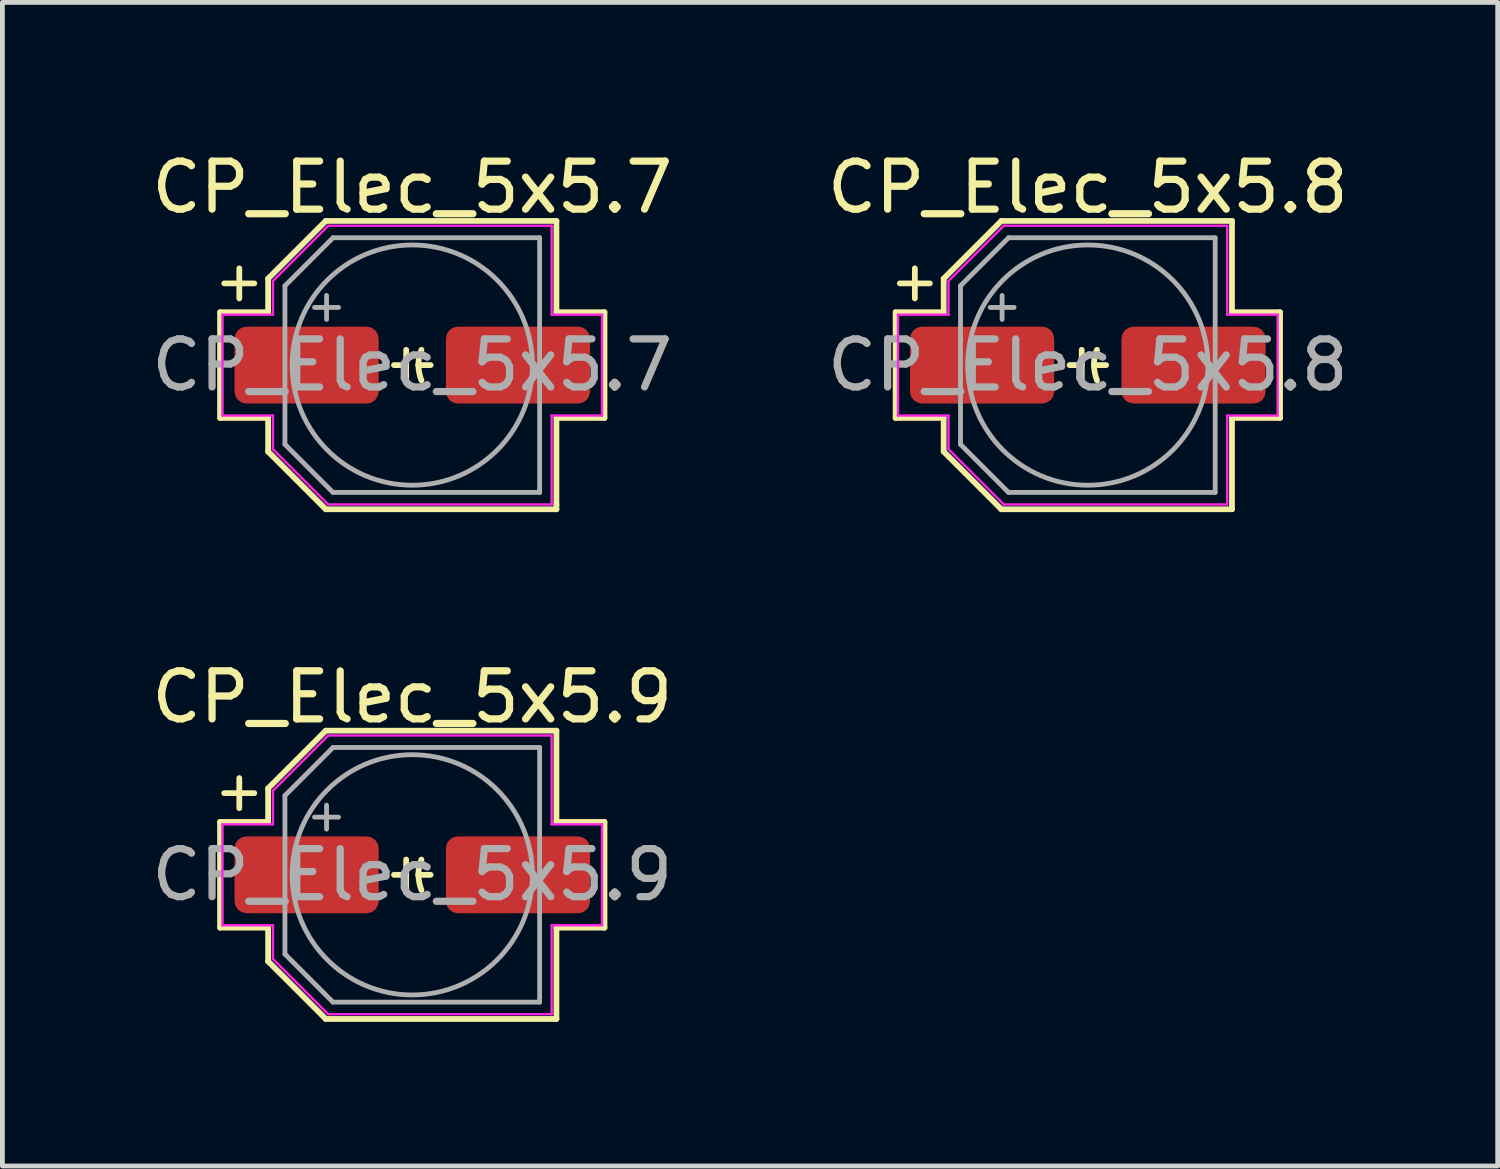
<source format=kicad_pcb>
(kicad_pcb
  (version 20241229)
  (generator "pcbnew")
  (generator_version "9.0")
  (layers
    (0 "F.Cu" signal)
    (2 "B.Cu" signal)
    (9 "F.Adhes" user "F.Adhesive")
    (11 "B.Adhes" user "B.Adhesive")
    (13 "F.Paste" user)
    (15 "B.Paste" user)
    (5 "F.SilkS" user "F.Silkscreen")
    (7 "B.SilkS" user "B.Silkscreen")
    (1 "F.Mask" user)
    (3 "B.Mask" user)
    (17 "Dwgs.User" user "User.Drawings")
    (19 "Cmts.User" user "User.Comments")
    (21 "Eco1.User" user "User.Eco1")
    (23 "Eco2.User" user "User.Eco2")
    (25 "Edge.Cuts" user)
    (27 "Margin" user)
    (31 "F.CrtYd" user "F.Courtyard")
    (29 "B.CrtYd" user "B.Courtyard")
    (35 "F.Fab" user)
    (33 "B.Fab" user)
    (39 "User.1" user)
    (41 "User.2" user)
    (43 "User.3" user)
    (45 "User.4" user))
  (footprint "CP_Elec_5x5.7"
    (layer "F.Cu")
    (at 5.53 4.548)
    (property "Reference" "CP_Elec_5x5.7" (at 0 -3.7 0) (layer "F.SilkS") (effects (font (size 1 1) (thickness 0.15))))
    (attr smd)
    (fp_line (start -4 -1.1) (end -3 -1.1) (stroke (width 0.12) (type solid)) (layer "F.SilkS"))
    (fp_line (start -4 1.1) (end -4 -1.1) (stroke (width 0.12) (type solid)) (layer "F.SilkS"))
    (fp_line (start -3.913 -1.7) (end -3.288 -1.7) (stroke (width 0.12) (type solid)) (layer "F.SilkS"))
    (fp_line (start -3.6 -2.013) (end -3.6 -1.387) (stroke (width 0.12) (type solid)) (layer "F.SilkS"))
    (fp_line (start -3 -1.8) (end -1.8 -3) (stroke (width 0.12) (type solid)) (layer "F.SilkS"))
    (fp_line (start -3 -1.1) (end -3 -1.8) (stroke (width 0.12) (type solid)) (layer "F.SilkS"))
    (fp_line (start -3 1.1) (end -4 1.1) (stroke (width 0.12) (type solid)) (layer "F.SilkS"))
    (fp_line (start -3 1.8) (end -3 1.1) (stroke (width 0.12) (type solid)) (layer "F.SilkS"))
    (fp_line (start -1.8 -3) (end 3 -3) (stroke (width 0.12) (type solid)) (layer "F.SilkS"))
    (fp_line (start -1.8 3) (end -3 1.8) (stroke (width 0.12) (type solid)) (layer "F.SilkS"))
    (fp_line (start -0.381 0) (end -0.127 0) (stroke (width 0.12) (type solid)) (layer "F.SilkS"))
    (fp_line (start -0.127 -0.318) (end -0.127 0.318) (stroke (width 0.12) (type solid)) (layer "F.SilkS"))
    (fp_line (start 0.381 0) (end 0.127 0) (stroke (width 0.12) (type solid)) (layer "F.SilkS"))
    (fp_line (start 3 -3) (end 3 -1.1) (stroke (width 0.12) (type solid)) (layer "F.SilkS"))
    (fp_line (start 3 -1.1) (end 4 -1.1) (stroke (width 0.12) (type solid)) (layer "F.SilkS"))
    (fp_line (start 3 1.1) (end 3 2.9) (stroke (width 0.12) (type solid)) (layer "F.SilkS"))
    (fp_line (start 3 2.9) (end 3 3) (stroke (width 0.12) (type solid)) (layer "F.SilkS"))
    (fp_line (start 3 3) (end -1.8 3) (stroke (width 0.12) (type solid)) (layer "F.SilkS"))
    (fp_line (start 4 -1.1) (end 4 1.1) (stroke (width 0.12) (type solid)) (layer "F.SilkS"))
    (fp_line (start 4 1.1) (end 3 1.1) (stroke (width 0.12) (type solid)) (layer "F.SilkS"))
    (fp_arc (start 0.127 0) (mid 0.143031 -0.161894) (end 0.1905 -0.3175) (stroke (width 0.12) (type solid)) (layer "F.SilkS"))
    (fp_arc (start 0.1905 0.3175) (mid 0.145241 0.161452) (end 0.127 0) (stroke (width 0.12) (type solid)) (layer "F.SilkS"))
    (fp_line (start -3.95 -1.05) (end -3.95 1.05) (stroke (width 0.05) (type solid)) (layer "F.CrtYd"))
    (fp_line (start -3.95 1.05) (end -2.9 1.05) (stroke (width 0.05) (type solid)) (layer "F.CrtYd"))
    (fp_line (start -2.9 -1.75) (end -2.9 -1.05) (stroke (width 0.05) (type solid)) (layer "F.CrtYd"))
    (fp_line (start -2.9 -1.75) (end -1.75 -2.9) (stroke (width 0.05) (type solid)) (layer "F.CrtYd"))
    (fp_line (start -2.9 -1.05) (end -3.95 -1.05) (stroke (width 0.05) (type solid)) (layer "F.CrtYd"))
    (fp_line (start -2.9 1.05) (end -2.9 1.75) (stroke (width 0.05) (type solid)) (layer "F.CrtYd"))
    (fp_line (start -2.9 1.75) (end -1.75 2.9) (stroke (width 0.05) (type solid)) (layer "F.CrtYd"))
    (fp_line (start -1.75 -2.9) (end 2.9 -2.9) (stroke (width 0.05) (type solid)) (layer "F.CrtYd"))
    (fp_line (start -1.75 2.9) (end 2.9 2.9) (stroke (width 0.05) (type solid)) (layer "F.CrtYd"))
    (fp_line (start 2.9 -2.9) (end 2.9 -1.05) (stroke (width 0.05) (type solid)) (layer "F.CrtYd"))
    (fp_line (start 2.9 -1.05) (end 3.95 -1.05) (stroke (width 0.05) (type solid)) (layer "F.CrtYd"))
    (fp_line (start 2.9 1.05) (end 2.9 2.9) (stroke (width 0.05) (type solid)) (layer "F.CrtYd"))
    (fp_line (start 3.95 -1.05) (end 3.95 1.05) (stroke (width 0.05) (type solid)) (layer "F.CrtYd"))
    (fp_line (start 3.95 1.05) (end 2.9 1.05) (stroke (width 0.05) (type solid)) (layer "F.CrtYd"))
    (fp_line (start -2.65 -1.65) (end -2.65 1.65) (stroke (width 0.1) (type solid)) (layer "F.Fab"))
    (fp_line (start -2.65 -1.65) (end -1.65 -2.65) (stroke (width 0.1) (type solid)) (layer "F.Fab"))
    (fp_line (start -2.65 1.65) (end -1.65 2.65) (stroke (width 0.1) (type solid)) (layer "F.Fab"))
    (fp_line (start -2.034 -1.2) (end -1.534 -1.2) (stroke (width 0.1) (type solid)) (layer "F.Fab"))
    (fp_line (start -1.784 -1.45) (end -1.784 -0.95) (stroke (width 0.1) (type solid)) (layer "F.Fab"))
    (fp_line (start -1.65 -2.65) (end 2.65 -2.65) (stroke (width 0.1) (type solid)) (layer "F.Fab"))
    (fp_line (start -1.65 2.65) (end 2.65 2.65) (stroke (width 0.1) (type solid)) (layer "F.Fab"))
    (fp_line (start 2.65 -2.65) (end 2.65 2.65) (stroke (width 0.1) (type solid)) (layer "F.Fab"))
    (fp_circle (center 0 0) (end 2.5 0) (stroke (width 0.1) (type solid)) (fill no) (layer "F.Fab"))
    (fp_text user "${REFERENCE}" (at 0 0 0) (layer "F.Fab") (effects (font (size 1 1) (thickness 0.15))))
    (pad "1" smd roundrect (at -2.2 0) (size 3 1.6) (layers "F.Cu" "F.Mask" "F.Paste") (roundrect_rratio 0.156))
    (pad "2" smd roundrect (at 2.2 0) (size 3 1.6) (layers "F.Cu" "F.Mask" "F.Paste") (roundrect_rratio 0.156)))
  (footprint "CP_Elec_5x5.9"
    (layer "F.Cu")
    (at 5.53 15.156)
    (property "Reference" "CP_Elec_5x5.9" (at 0 -3.7 0) (layer "F.SilkS") (effects (font (size 1 1) (thickness 0.15))))
    (attr smd)
    (fp_line (start -4 -1.1) (end -4 1.1) (stroke (width 0.12) (type solid)) (layer "F.SilkS"))
    (fp_line (start -4 1.1) (end -3 1.1) (stroke (width 0.12) (type solid)) (layer "F.SilkS"))
    (fp_line (start -3.913 -1.7) (end -3.288 -1.7) (stroke (width 0.12) (type solid)) (layer "F.SilkS"))
    (fp_line (start -3.6 -2.013) (end -3.6 -1.387) (stroke (width 0.12) (type solid)) (layer "F.SilkS"))
    (fp_line (start -3 -1.8) (end -3 -1.1) (stroke (width 0.12) (type solid)) (layer "F.SilkS"))
    (fp_line (start -3 -1.1) (end -4 -1.1) (stroke (width 0.12) (type solid)) (layer "F.SilkS"))
    (fp_line (start -3 1.1) (end -3 1.8) (stroke (width 0.12) (type solid)) (layer "F.SilkS"))
    (fp_line (start -3 1.8) (end -1.8 3) (stroke (width 0.12) (type solid)) (layer "F.SilkS"))
    (fp_line (start -1.8 -3) (end -3 -1.8) (stroke (width 0.12) (type solid)) (layer "F.SilkS"))
    (fp_line (start -1.8 3) (end 3 3) (stroke (width 0.12) (type solid)) (layer "F.SilkS"))
    (fp_line (start -0.381 0) (end -0.127 0) (stroke (width 0.12) (type solid)) (layer "F.SilkS"))
    (fp_line (start -0.127 -0.318) (end -0.127 0.318) (stroke (width 0.12) (type solid)) (layer "F.SilkS"))
    (fp_line (start 0.381 0) (end 0.127 0) (stroke (width 0.12) (type solid)) (layer "F.SilkS"))
    (fp_line (start 3 -3) (end -1.8 -3) (stroke (width 0.12) (type solid)) (layer "F.SilkS"))
    (fp_line (start 3 -1.1) (end 3 -3) (stroke (width 0.12) (type solid)) (layer "F.SilkS"))
    (fp_line (start 3 1.1) (end 4 1.1) (stroke (width 0.12) (type solid)) (layer "F.SilkS"))
    (fp_line (start 3 3) (end 3 1.1) (stroke (width 0.12) (type solid)) (layer "F.SilkS"))
    (fp_line (start 4 -1.1) (end 3 -1.1) (stroke (width 0.12) (type solid)) (layer "F.SilkS"))
    (fp_line (start 4 1.1) (end 4 -1.1) (stroke (width 0.12) (type solid)) (layer "F.SilkS"))
    (fp_arc (start 0.127 0) (mid 0.143031 -0.161894) (end 0.1905 -0.3175) (stroke (width 0.12) (type solid)) (layer "F.SilkS"))
    (fp_arc (start 0.1905 0.3175) (mid 0.145241 0.161452) (end 0.127 0) (stroke (width 0.12) (type solid)) (layer "F.SilkS"))
    (fp_line (start -3.95 -1.05) (end -3.95 1.05) (stroke (width 0.05) (type solid)) (layer "F.CrtYd"))
    (fp_line (start -3.95 1.05) (end -2.9 1.05) (stroke (width 0.05) (type solid)) (layer "F.CrtYd"))
    (fp_line (start -2.9 -1.75) (end -2.9 -1.05) (stroke (width 0.05) (type solid)) (layer "F.CrtYd"))
    (fp_line (start -2.9 -1.75) (end -1.75 -2.9) (stroke (width 0.05) (type solid)) (layer "F.CrtYd"))
    (fp_line (start -2.9 -1.05) (end -3.95 -1.05) (stroke (width 0.05) (type solid)) (layer "F.CrtYd"))
    (fp_line (start -2.9 1.05) (end -2.9 1.75) (stroke (width 0.05) (type solid)) (layer "F.CrtYd"))
    (fp_line (start -2.9 1.75) (end -1.75 2.9) (stroke (width 0.05) (type solid)) (layer "F.CrtYd"))
    (fp_line (start -1.75 -2.9) (end 2.9 -2.9) (stroke (width 0.05) (type solid)) (layer "F.CrtYd"))
    (fp_line (start -1.75 2.9) (end 2.9 2.9) (stroke (width 0.05) (type solid)) (layer "F.CrtYd"))
    (fp_line (start 2.9 -2.9) (end 2.9 -1.05) (stroke (width 0.05) (type solid)) (layer "F.CrtYd"))
    (fp_line (start 2.9 -1.05) (end 3.95 -1.05) (stroke (width 0.05) (type solid)) (layer "F.CrtYd"))
    (fp_line (start 2.9 1.05) (end 2.9 2.9) (stroke (width 0.05) (type solid)) (layer "F.CrtYd"))
    (fp_line (start 3.95 -1.05) (end 3.95 1.05) (stroke (width 0.05) (type solid)) (layer "F.CrtYd"))
    (fp_line (start 3.95 1.05) (end 2.9 1.05) (stroke (width 0.05) (type solid)) (layer "F.CrtYd"))
    (fp_line (start -2.65 -1.65) (end -2.65 1.65) (stroke (width 0.1) (type solid)) (layer "F.Fab"))
    (fp_line (start -2.65 -1.65) (end -1.65 -2.65) (stroke (width 0.1) (type solid)) (layer "F.Fab"))
    (fp_line (start -2.65 1.65) (end -1.65 2.65) (stroke (width 0.1) (type solid)) (layer "F.Fab"))
    (fp_line (start -2.034 -1.2) (end -1.534 -1.2) (stroke (width 0.1) (type solid)) (layer "F.Fab"))
    (fp_line (start -1.784 -1.45) (end -1.784 -0.95) (stroke (width 0.1) (type solid)) (layer "F.Fab"))
    (fp_line (start -1.65 -2.65) (end 2.65 -2.65) (stroke (width 0.1) (type solid)) (layer "F.Fab"))
    (fp_line (start -1.65 2.65) (end 2.65 2.65) (stroke (width 0.1) (type solid)) (layer "F.Fab"))
    (fp_line (start 2.65 -2.65) (end 2.65 2.65) (stroke (width 0.1) (type solid)) (layer "F.Fab"))
    (fp_circle (center 0 0) (end 2.5 0) (stroke (width 0.1) (type solid)) (fill no) (layer "F.Fab"))
    (fp_text user "${REFERENCE}" (at 0 0 0) (layer "F.Fab") (effects (font (size 1 1) (thickness 0.15))))
    (pad "1" smd roundrect (at -2.2 0) (size 3 1.6) (layers "F.Cu" "F.Mask" "F.Paste") (roundrect_rratio 0.156))
    (pad "2" smd roundrect (at 2.2 0) (size 3 1.6) (layers "F.Cu" "F.Mask" "F.Paste") (roundrect_rratio 0.156)))
  (footprint "CP_Elec_5x5.8"
    (layer "F.Cu")
    (at 19.589 4.548)
    (property "Reference" "CP_Elec_5x5.8" (at 0 -3.7 0) (layer "F.SilkS") (effects (font (size 1 1) (thickness 0.15))))
    (attr smd)
    (fp_line (start -4 -1.1) (end -4 1.1) (stroke (width 0.12) (type solid)) (layer "F.SilkS"))
    (fp_line (start -4 1.1) (end -3 1.1) (stroke (width 0.12) (type solid)) (layer "F.SilkS"))
    (fp_line (start -3.913 -1.7) (end -3.288 -1.7) (stroke (width 0.12) (type solid)) (layer "F.SilkS"))
    (fp_line (start -3.6 -2.013) (end -3.6 -1.387) (stroke (width 0.12) (type solid)) (layer "F.SilkS"))
    (fp_line (start -3 -1.8) (end -3 -1.1) (stroke (width 0.12) (type solid)) (layer "F.SilkS"))
    (fp_line (start -3 -1.1) (end -4 -1.1) (stroke (width 0.12) (type solid)) (layer "F.SilkS"))
    (fp_line (start -3 1.1) (end -3 1.8) (stroke (width 0.12) (type solid)) (layer "F.SilkS"))
    (fp_line (start -3 1.8) (end -1.8 3) (stroke (width 0.12) (type solid)) (layer "F.SilkS"))
    (fp_line (start -1.8 -3) (end -3 -1.8) (stroke (width 0.12) (type solid)) (layer "F.SilkS"))
    (fp_line (start -1.8 3) (end 3 3) (stroke (width 0.12) (type solid)) (layer "F.SilkS"))
    (fp_line (start -0.381 0) (end -0.127 0) (stroke (width 0.12) (type solid)) (layer "F.SilkS"))
    (fp_line (start -0.127 -0.318) (end -0.127 0.318) (stroke (width 0.12) (type solid)) (layer "F.SilkS"))
    (fp_line (start 0.381 0) (end 0.127 0) (stroke (width 0.12) (type solid)) (layer "F.SilkS"))
    (fp_line (start 3 -3) (end -1.8 -3) (stroke (width 0.12) (type solid)) (layer "F.SilkS"))
    (fp_line (start 3 -1.1) (end 3 -3) (stroke (width 0.12) (type solid)) (layer "F.SilkS"))
    (fp_line (start 3 1.1) (end 4 1.1) (stroke (width 0.12) (type solid)) (layer "F.SilkS"))
    (fp_line (start 3 3) (end 3 1.1) (stroke (width 0.12) (type solid)) (layer "F.SilkS"))
    (fp_line (start 4 -1.1) (end 3 -1.1) (stroke (width 0.12) (type solid)) (layer "F.SilkS"))
    (fp_line (start 4 1.1) (end 4 -1.1) (stroke (width 0.12) (type solid)) (layer "F.SilkS"))
    (fp_arc (start 0.127 0) (mid 0.143031 -0.161894) (end 0.1905 -0.3175) (stroke (width 0.12) (type solid)) (layer "F.SilkS"))
    (fp_arc (start 0.1905 0.3175) (mid 0.145241 0.161452) (end 0.127 0) (stroke (width 0.12) (type solid)) (layer "F.SilkS"))
    (fp_line (start -3.95 -1.05) (end -3.95 1.05) (stroke (width 0.05) (type solid)) (layer "F.CrtYd"))
    (fp_line (start -3.95 1.05) (end -2.9 1.05) (stroke (width 0.05) (type solid)) (layer "F.CrtYd"))
    (fp_line (start -2.9 -1.75) (end -2.9 -1.05) (stroke (width 0.05) (type solid)) (layer "F.CrtYd"))
    (fp_line (start -2.9 -1.75) (end -1.75 -2.9) (stroke (width 0.05) (type solid)) (layer "F.CrtYd"))
    (fp_line (start -2.9 -1.05) (end -3.95 -1.05) (stroke (width 0.05) (type solid)) (layer "F.CrtYd"))
    (fp_line (start -2.9 1.05) (end -2.9 1.75) (stroke (width 0.05) (type solid)) (layer "F.CrtYd"))
    (fp_line (start -2.9 1.75) (end -1.75 2.9) (stroke (width 0.05) (type solid)) (layer "F.CrtYd"))
    (fp_line (start -1.75 -2.9) (end 2.9 -2.9) (stroke (width 0.05) (type solid)) (layer "F.CrtYd"))
    (fp_line (start -1.75 2.9) (end 2.9 2.9) (stroke (width 0.05) (type solid)) (layer "F.CrtYd"))
    (fp_line (start 2.9 -2.9) (end 2.9 -1.05) (stroke (width 0.05) (type solid)) (layer "F.CrtYd"))
    (fp_line (start 2.9 -1.05) (end 3.95 -1.05) (stroke (width 0.05) (type solid)) (layer "F.CrtYd"))
    (fp_line (start 2.9 1.05) (end 2.9 2.9) (stroke (width 0.05) (type solid)) (layer "F.CrtYd"))
    (fp_line (start 3.95 -1.05) (end 3.95 1.05) (stroke (width 0.05) (type solid)) (layer "F.CrtYd"))
    (fp_line (start 3.95 1.05) (end 2.9 1.05) (stroke (width 0.05) (type solid)) (layer "F.CrtYd"))
    (fp_line (start -2.65 -1.65) (end -2.65 1.65) (stroke (width 0.1) (type solid)) (layer "F.Fab"))
    (fp_line (start -2.65 -1.65) (end -1.65 -2.65) (stroke (width 0.1) (type solid)) (layer "F.Fab"))
    (fp_line (start -2.65 1.65) (end -1.65 2.65) (stroke (width 0.1) (type solid)) (layer "F.Fab"))
    (fp_line (start -2.034 -1.2) (end -1.534 -1.2) (stroke (width 0.1) (type solid)) (layer "F.Fab"))
    (fp_line (start -1.784 -1.45) (end -1.784 -0.95) (stroke (width 0.1) (type solid)) (layer "F.Fab"))
    (fp_line (start -1.65 -2.65) (end 2.65 -2.65) (stroke (width 0.1) (type solid)) (layer "F.Fab"))
    (fp_line (start -1.65 2.65) (end 2.65 2.65) (stroke (width 0.1) (type solid)) (layer "F.Fab"))
    (fp_line (start 2.65 -2.65) (end 2.65 2.65) (stroke (width 0.1) (type solid)) (layer "F.Fab"))
    (fp_circle (center 0 0) (end 2.5 0) (stroke (width 0.1) (type solid)) (fill no) (layer "F.Fab"))
    (fp_text user "${REFERENCE}" (at 0 0 0) (layer "F.Fab") (effects (font (size 1 1) (thickness 0.15))))
    (pad "1" smd roundrect (at -2.2 0) (size 3 1.6) (layers "F.Cu" "F.Mask" "F.Paste") (roundrect_rratio 0.156))
    (pad "2" smd roundrect (at 2.2 0) (size 3 1.6) (layers "F.Cu" "F.Mask" "F.Paste") (roundrect_rratio 0.156)))
  (gr_rect
    (start -3 -3)
    (end 28.119 21.216)
    (stroke (width 0.1) (type default))
    (fill no)
    (layer "Edge.Cuts")))
</source>
